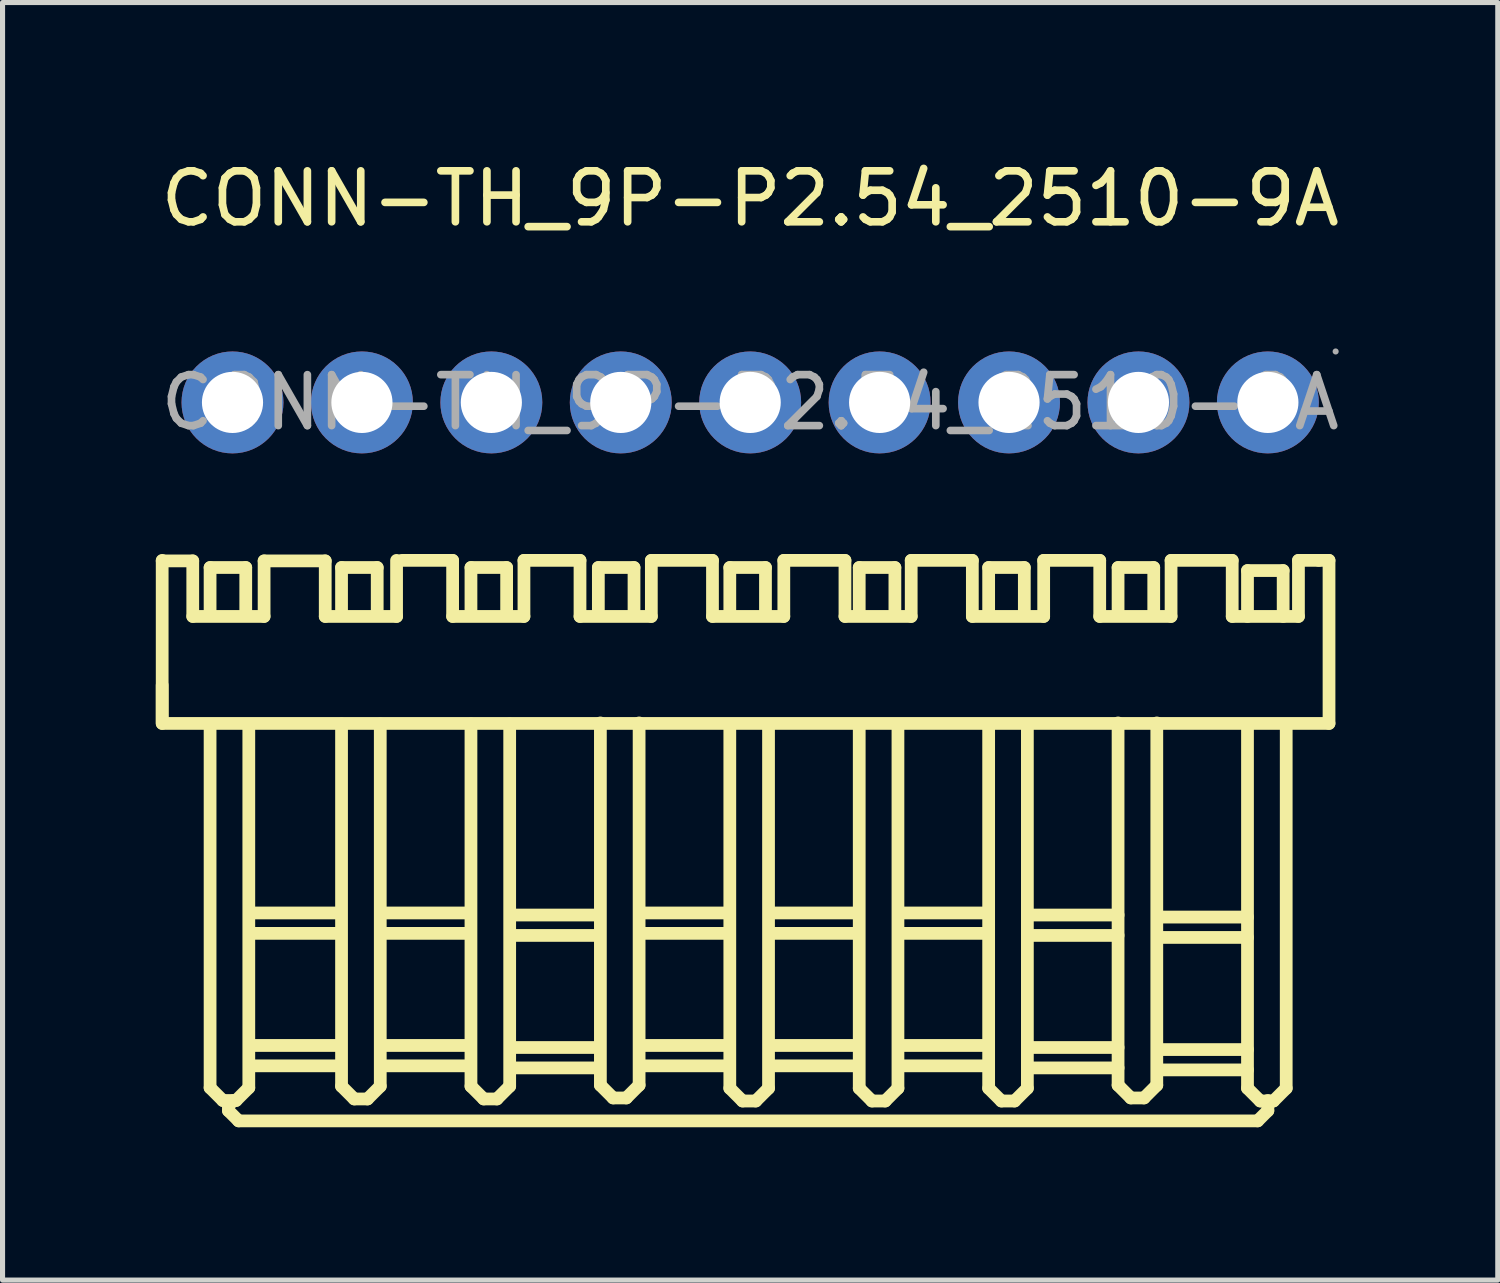
<source format=kicad_pcb>
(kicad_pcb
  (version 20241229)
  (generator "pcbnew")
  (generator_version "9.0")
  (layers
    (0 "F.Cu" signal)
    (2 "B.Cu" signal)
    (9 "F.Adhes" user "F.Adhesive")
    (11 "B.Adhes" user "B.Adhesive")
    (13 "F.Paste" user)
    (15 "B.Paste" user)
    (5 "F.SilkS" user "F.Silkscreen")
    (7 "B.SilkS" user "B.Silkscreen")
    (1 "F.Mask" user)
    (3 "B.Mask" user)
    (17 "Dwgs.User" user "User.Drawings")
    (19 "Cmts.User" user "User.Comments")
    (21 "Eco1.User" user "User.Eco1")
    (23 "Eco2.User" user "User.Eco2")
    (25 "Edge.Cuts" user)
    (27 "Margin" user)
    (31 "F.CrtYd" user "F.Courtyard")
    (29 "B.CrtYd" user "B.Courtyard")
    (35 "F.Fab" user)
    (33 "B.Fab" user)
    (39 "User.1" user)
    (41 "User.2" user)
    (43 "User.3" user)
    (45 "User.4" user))
  (footprint "CONN-TH_9P-P2.54_2510-9A"
    (layer "F.Cu")
    (at 11.673 4.848)
    (property "Reference" "CONN-TH_9P-P2.54_2510-9A" (at 0 -4 0) (layer "F.SilkS") (effects (font (size 1 1) (thickness 0.15))))
    (attr through_hole)
    (fp_line (start -11.54 3.11) (end -10.94 3.11) (stroke (width 0.25) (type solid)) (layer "F.SilkS"))
    (fp_line (start -11.54 6.3) (end -11.54 3.1) (stroke (width 0.25) (type solid)) (layer "F.SilkS"))
    (fp_line (start -11.54 6.3) (end -11.54 5.55) (stroke (width 0.25) (type solid)) (layer "F.SilkS"))
    (fp_line (start -10.94 3.11) (end -10.94 4.2) (stroke (width 0.25) (type solid)) (layer "F.SilkS"))
    (fp_line (start -10.94 4.2) (end -9.54 4.2) (stroke (width 0.25) (type solid)) (layer "F.SilkS"))
    (fp_line (start -10.6 3.24) (end -10.6 4.14) (stroke (width 0.25) (type solid)) (layer "F.SilkS"))
    (fp_line (start -10.6 6.34) (end -10.6 13.45) (stroke (width 0.25) (type solid)) (layer "F.SilkS"))
    (fp_line (start -10.35 13.7) (end -10.6 13.45) (stroke (width 0.25) (type solid)) (layer "F.SilkS"))
    (fp_line (start -10.24 13.8) (end -10.14 13.7) (stroke (width 0.25) (type solid)) (layer "F.SilkS"))
    (fp_line (start -10.24 13.9) (end -10.24 13.8) (stroke (width 0.25) (type solid)) (layer "F.SilkS"))
    (fp_line (start -10.09 13.7) (end -10.35 13.7) (stroke (width 0.25) (type solid)) (layer "F.SilkS"))
    (fp_line (start -10.04 14.1) (end -10.24 13.9) (stroke (width 0.25) (type solid)) (layer "F.SilkS"))
    (fp_line (start -9.9 3.24) (end -10.6 3.24) (stroke (width 0.25) (type solid)) (layer "F.SilkS"))
    (fp_line (start -9.9 4.14) (end -9.9 3.24) (stroke (width 0.25) (type solid)) (layer "F.SilkS"))
    (fp_line (start -9.84 13.45) (end -10.09 13.7) (stroke (width 0.25) (type solid)) (layer "F.SilkS"))
    (fp_line (start -9.84 13.45) (end -9.84 6.34) (stroke (width 0.25) (type solid)) (layer "F.SilkS"))
    (fp_line (start -9.54 3.11) (end -8.34 3.11) (stroke (width 0.25) (type solid)) (layer "F.SilkS"))
    (fp_line (start -9.54 4.2) (end -9.54 3.11) (stroke (width 0.25) (type solid)) (layer "F.SilkS"))
    (fp_line (start -8.34 3.11) (end -8.34 4.2) (stroke (width 0.25) (type solid)) (layer "F.SilkS"))
    (fp_line (start -8.34 4.2) (end -6.94 4.2) (stroke (width 0.25) (type solid)) (layer "F.SilkS"))
    (fp_line (start -8.06 10.02) (end -9.76 10.02) (stroke (width 0.25) (type solid)) (layer "F.SilkS"))
    (fp_line (start -8.06 10.42) (end -9.76 10.42) (stroke (width 0.25) (type solid)) (layer "F.SilkS"))
    (fp_line (start -8.06 12.62) (end -9.76 12.62) (stroke (width 0.25) (type solid)) (layer "F.SilkS"))
    (fp_line (start -8.06 13.02) (end -9.76 13.02) (stroke (width 0.25) (type solid)) (layer "F.SilkS"))
    (fp_line (start -8.02 3.24) (end -8.02 4.14) (stroke (width 0.25) (type solid)) (layer "F.SilkS"))
    (fp_line (start -8.02 6.31) (end -8.02 13.42) (stroke (width 0.25) (type solid)) (layer "F.SilkS"))
    (fp_line (start -7.77 13.67) (end -8.02 13.42) (stroke (width 0.25) (type solid)) (layer "F.SilkS"))
    (fp_line (start -7.51 13.67) (end -7.77 13.67) (stroke (width 0.25) (type solid)) (layer "F.SilkS"))
    (fp_line (start -7.32 3.24) (end -8.02 3.24) (stroke (width 0.25) (type solid)) (layer "F.SilkS"))
    (fp_line (start -7.32 4.14) (end -7.32 3.24) (stroke (width 0.25) (type solid)) (layer "F.SilkS"))
    (fp_line (start -7.26 13.42) (end -7.51 13.67) (stroke (width 0.25) (type solid)) (layer "F.SilkS"))
    (fp_line (start -7.26 13.42) (end -7.26 6.31) (stroke (width 0.25) (type solid)) (layer "F.SilkS"))
    (fp_line (start -6.94 4.2) (end -6.94 3.1) (stroke (width 0.25) (type solid)) (layer "F.SilkS"))
    (fp_line (start -6.84 3.1) (end -5.84 3.1) (stroke (width 0.25) (type solid)) (layer "F.SilkS"))
    (fp_line (start -5.84 3.1) (end -5.84 4.2) (stroke (width 0.25) (type solid)) (layer "F.SilkS"))
    (fp_line (start -5.84 4.2) (end -4.44 4.2) (stroke (width 0.25) (type solid)) (layer "F.SilkS"))
    (fp_line (start -5.52 10.02) (end -7.22 10.02) (stroke (width 0.25) (type solid)) (layer "F.SilkS"))
    (fp_line (start -5.52 10.42) (end -7.22 10.42) (stroke (width 0.25) (type solid)) (layer "F.SilkS"))
    (fp_line (start -5.52 12.62) (end -7.22 12.62) (stroke (width 0.25) (type solid)) (layer "F.SilkS"))
    (fp_line (start -5.52 13.02) (end -7.22 13.02) (stroke (width 0.25) (type solid)) (layer "F.SilkS"))
    (fp_line (start -5.48 3.24) (end -5.48 4.14) (stroke (width 0.25) (type solid)) (layer "F.SilkS"))
    (fp_line (start -5.48 6.31) (end -5.48 13.42) (stroke (width 0.25) (type solid)) (layer "F.SilkS"))
    (fp_line (start -5.23 13.67) (end -5.48 13.42) (stroke (width 0.25) (type solid)) (layer "F.SilkS"))
    (fp_line (start -4.97 13.67) (end -5.23 13.67) (stroke (width 0.25) (type solid)) (layer "F.SilkS"))
    (fp_line (start -4.78 3.24) (end -5.48 3.24) (stroke (width 0.25) (type solid)) (layer "F.SilkS"))
    (fp_line (start -4.78 4.14) (end -4.78 3.24) (stroke (width 0.25) (type solid)) (layer "F.SilkS"))
    (fp_line (start -4.72 13.42) (end -4.97 13.67) (stroke (width 0.25) (type solid)) (layer "F.SilkS"))
    (fp_line (start -4.72 13.42) (end -4.72 6.31) (stroke (width 0.25) (type solid)) (layer "F.SilkS"))
    (fp_line (start -4.44 3.1) (end -3.34 3.1) (stroke (width 0.25) (type solid)) (layer "F.SilkS"))
    (fp_line (start -4.44 4.2) (end -4.44 3.1) (stroke (width 0.25) (type solid)) (layer "F.SilkS"))
    (fp_line (start -3.34 3.1) (end -3.34 4.2) (stroke (width 0.25) (type solid)) (layer "F.SilkS"))
    (fp_line (start -3.34 4.2) (end -1.94 4.2) (stroke (width 0.25) (type solid)) (layer "F.SilkS"))
    (fp_line (start -2.98 3.24) (end -2.98 4.14) (stroke (width 0.25) (type solid)) (layer "F.SilkS"))
    (fp_line (start -2.98 10.06) (end -4.68 10.06) (stroke (width 0.25) (type solid)) (layer "F.SilkS"))
    (fp_line (start -2.98 10.46) (end -4.68 10.46) (stroke (width 0.25) (type solid)) (layer "F.SilkS"))
    (fp_line (start -2.98 12.66) (end -4.68 12.66) (stroke (width 0.25) (type solid)) (layer "F.SilkS"))
    (fp_line (start -2.98 13.06) (end -4.68 13.06) (stroke (width 0.25) (type solid)) (layer "F.SilkS"))
    (fp_line (start -2.94 6.29) (end -2.94 13.4) (stroke (width 0.25) (type solid)) (layer "F.SilkS"))
    (fp_line (start -2.69 13.65) (end -2.94 13.4) (stroke (width 0.25) (type solid)) (layer "F.SilkS"))
    (fp_line (start -2.43 13.65) (end -2.69 13.65) (stroke (width 0.25) (type solid)) (layer "F.SilkS"))
    (fp_line (start -2.28 3.24) (end -2.98 3.24) (stroke (width 0.25) (type solid)) (layer "F.SilkS"))
    (fp_line (start -2.28 4.14) (end -2.28 3.24) (stroke (width 0.25) (type solid)) (layer "F.SilkS"))
    (fp_line (start -2.18 13.4) (end -2.43 13.65) (stroke (width 0.25) (type solid)) (layer "F.SilkS"))
    (fp_line (start -2.18 13.4) (end -2.18 6.29) (stroke (width 0.25) (type solid)) (layer "F.SilkS"))
    (fp_line (start -1.94 3.1) (end -0.74 3.1) (stroke (width 0.25) (type solid)) (layer "F.SilkS"))
    (fp_line (start -1.94 4.2) (end -1.94 3.1) (stroke (width 0.25) (type solid)) (layer "F.SilkS"))
    (fp_line (start -0.74 3.1) (end -0.74 4.2) (stroke (width 0.25) (type solid)) (layer "F.SilkS"))
    (fp_line (start -0.74 4.2) (end 0.66 4.2) (stroke (width 0.25) (type solid)) (layer "F.SilkS"))
    (fp_line (start -0.44 10.02) (end -2.14 10.02) (stroke (width 0.25) (type solid)) (layer "F.SilkS"))
    (fp_line (start -0.44 10.42) (end -2.14 10.42) (stroke (width 0.25) (type solid)) (layer "F.SilkS"))
    (fp_line (start -0.44 12.62) (end -2.14 12.62) (stroke (width 0.25) (type solid)) (layer "F.SilkS"))
    (fp_line (start -0.44 13.02) (end -2.14 13.02) (stroke (width 0.25) (type solid)) (layer "F.SilkS"))
    (fp_line (start -0.4 3.24) (end -0.4 4.14) (stroke (width 0.25) (type solid)) (layer "F.SilkS"))
    (fp_line (start -0.4 6.35) (end -0.4 13.46) (stroke (width 0.25) (type solid)) (layer "F.SilkS"))
    (fp_line (start -0.15 13.71) (end -0.4 13.46) (stroke (width 0.25) (type solid)) (layer "F.SilkS"))
    (fp_line (start 0.11 13.71) (end -0.15 13.71) (stroke (width 0.25) (type solid)) (layer "F.SilkS"))
    (fp_line (start 0.3 3.24) (end -0.4 3.24) (stroke (width 0.25) (type solid)) (layer "F.SilkS"))
    (fp_line (start 0.3 4.14) (end 0.3 3.24) (stroke (width 0.25) (type solid)) (layer "F.SilkS"))
    (fp_line (start 0.36 13.46) (end 0.11 13.71) (stroke (width 0.25) (type solid)) (layer "F.SilkS"))
    (fp_line (start 0.36 13.46) (end 0.36 6.35) (stroke (width 0.25) (type solid)) (layer "F.SilkS"))
    (fp_line (start 0.66 3.1) (end 1.86 3.1) (stroke (width 0.25) (type solid)) (layer "F.SilkS"))
    (fp_line (start 0.66 4.2) (end 0.66 3.1) (stroke (width 0.25) (type solid)) (layer "F.SilkS"))
    (fp_line (start 1.86 3.1) (end 1.86 4.2) (stroke (width 0.25) (type solid)) (layer "F.SilkS"))
    (fp_line (start 1.86 4.2) (end 3.16 4.2) (stroke (width 0.25) (type solid)) (layer "F.SilkS"))
    (fp_line (start 2.1 10.02) (end 0.4 10.02) (stroke (width 0.25) (type solid)) (layer "F.SilkS"))
    (fp_line (start 2.1 10.42) (end 0.4 10.42) (stroke (width 0.25) (type solid)) (layer "F.SilkS"))
    (fp_line (start 2.1 12.62) (end 0.4 12.62) (stroke (width 0.25) (type solid)) (layer "F.SilkS"))
    (fp_line (start 2.1 13.02) (end 0.4 13.02) (stroke (width 0.25) (type solid)) (layer "F.SilkS"))
    (fp_line (start 2.14 3.24) (end 2.14 4.14) (stroke (width 0.25) (type solid)) (layer "F.SilkS"))
    (fp_line (start 2.14 6.35) (end 2.14 13.46) (stroke (width 0.25) (type solid)) (layer "F.SilkS"))
    (fp_line (start 2.39 13.71) (end 2.14 13.46) (stroke (width 0.25) (type solid)) (layer "F.SilkS"))
    (fp_line (start 2.65 13.71) (end 2.39 13.71) (stroke (width 0.25) (type solid)) (layer "F.SilkS"))
    (fp_line (start 2.84 3.24) (end 2.14 3.24) (stroke (width 0.25) (type solid)) (layer "F.SilkS"))
    (fp_line (start 2.84 4.14) (end 2.84 3.24) (stroke (width 0.25) (type solid)) (layer "F.SilkS"))
    (fp_line (start 2.9 13.46) (end 2.65 13.71) (stroke (width 0.25) (type solid)) (layer "F.SilkS"))
    (fp_line (start 2.9 13.46) (end 2.9 6.35) (stroke (width 0.25) (type solid)) (layer "F.SilkS"))
    (fp_line (start 3.16 3.1) (end 4.36 3.1) (stroke (width 0.25) (type solid)) (layer "F.SilkS"))
    (fp_line (start 3.16 4.2) (end 3.16 3.1) (stroke (width 0.25) (type solid)) (layer "F.SilkS"))
    (fp_line (start 4.36 3.1) (end 4.36 4.2) (stroke (width 0.25) (type solid)) (layer "F.SilkS"))
    (fp_line (start 4.36 4.2) (end 5.76 4.2) (stroke (width 0.25) (type solid)) (layer "F.SilkS"))
    (fp_line (start 4.64 10.02) (end 2.94 10.02) (stroke (width 0.25) (type solid)) (layer "F.SilkS"))
    (fp_line (start 4.64 10.42) (end 2.94 10.42) (stroke (width 0.25) (type solid)) (layer "F.SilkS"))
    (fp_line (start 4.64 12.62) (end 2.94 12.62) (stroke (width 0.25) (type solid)) (layer "F.SilkS"))
    (fp_line (start 4.64 13.02) (end 2.94 13.02) (stroke (width 0.25) (type solid)) (layer "F.SilkS"))
    (fp_line (start 4.68 3.24) (end 4.68 4.14) (stroke (width 0.25) (type solid)) (layer "F.SilkS"))
    (fp_line (start 4.68 6.35) (end 4.68 13.46) (stroke (width 0.25) (type solid)) (layer "F.SilkS"))
    (fp_line (start 4.93 13.71) (end 4.68 13.46) (stroke (width 0.25) (type solid)) (layer "F.SilkS"))
    (fp_line (start 5.19 13.71) (end 4.93 13.71) (stroke (width 0.25) (type solid)) (layer "F.SilkS"))
    (fp_line (start 5.38 3.24) (end 4.68 3.24) (stroke (width 0.25) (type solid)) (layer "F.SilkS"))
    (fp_line (start 5.38 4.14) (end 5.38 3.24) (stroke (width 0.25) (type solid)) (layer "F.SilkS"))
    (fp_line (start 5.44 13.46) (end 5.19 13.71) (stroke (width 0.25) (type solid)) (layer "F.SilkS"))
    (fp_line (start 5.44 13.46) (end 5.44 6.35) (stroke (width 0.25) (type solid)) (layer "F.SilkS"))
    (fp_line (start 5.76 3.1) (end 6.86 3.1) (stroke (width 0.25) (type solid)) (layer "F.SilkS"))
    (fp_line (start 5.76 4.2) (end 5.76 3.1) (stroke (width 0.25) (type solid)) (layer "F.SilkS"))
    (fp_line (start 6.86 3.1) (end 6.86 4.2) (stroke (width 0.25) (type solid)) (layer "F.SilkS"))
    (fp_line (start 6.86 4.2) (end 8.26 4.2) (stroke (width 0.25) (type solid)) (layer "F.SilkS"))
    (fp_line (start 7.22 3.24) (end 7.22 4.14) (stroke (width 0.25) (type solid)) (layer "F.SilkS"))
    (fp_line (start 7.22 6.29) (end 7.22 13.4) (stroke (width 0.25) (type solid)) (layer "F.SilkS"))
    (fp_line (start 7.22 10.06) (end 5.52 10.06) (stroke (width 0.25) (type solid)) (layer "F.SilkS"))
    (fp_line (start 7.22 10.46) (end 5.52 10.46) (stroke (width 0.25) (type solid)) (layer "F.SilkS"))
    (fp_line (start 7.22 12.66) (end 5.52 12.66) (stroke (width 0.25) (type solid)) (layer "F.SilkS"))
    (fp_line (start 7.22 13.06) (end 5.52 13.06) (stroke (width 0.25) (type solid)) (layer "F.SilkS"))
    (fp_line (start 7.47 13.65) (end 7.22 13.4) (stroke (width 0.25) (type solid)) (layer "F.SilkS"))
    (fp_line (start 7.73 13.65) (end 7.47 13.65) (stroke (width 0.25) (type solid)) (layer "F.SilkS"))
    (fp_line (start 7.92 3.24) (end 7.22 3.24) (stroke (width 0.25) (type solid)) (layer "F.SilkS"))
    (fp_line (start 7.92 4.14) (end 7.92 3.24) (stroke (width 0.25) (type solid)) (layer "F.SilkS"))
    (fp_line (start 7.98 13.4) (end 7.73 13.65) (stroke (width 0.25) (type solid)) (layer "F.SilkS"))
    (fp_line (start 7.98 13.4) (end 7.98 6.29) (stroke (width 0.25) (type solid)) (layer "F.SilkS"))
    (fp_line (start 8.26 3.1) (end 9.46 3.1) (stroke (width 0.25) (type solid)) (layer "F.SilkS"))
    (fp_line (start 8.26 4.2) (end 8.26 3.1) (stroke (width 0.25) (type solid)) (layer "F.SilkS"))
    (fp_line (start 9.46 3.1) (end 9.46 4.2) (stroke (width 0.25) (type solid)) (layer "F.SilkS"))
    (fp_line (start 9.46 4.2) (end 10.76 4.2) (stroke (width 0.25) (type solid)) (layer "F.SilkS"))
    (fp_line (start 9.76 3.3) (end 9.76 4.2) (stroke (width 0.25) (type solid)) (layer "F.SilkS"))
    (fp_line (start 9.76 6.35) (end 9.76 13.46) (stroke (width 0.25) (type solid)) (layer "F.SilkS"))
    (fp_line (start 9.76 10.1) (end 8.06 10.1) (stroke (width 0.25) (type solid)) (layer "F.SilkS"))
    (fp_line (start 9.76 10.5) (end 8.06 10.5) (stroke (width 0.25) (type solid)) (layer "F.SilkS"))
    (fp_line (start 9.76 12.7) (end 8.06 12.7) (stroke (width 0.25) (type solid)) (layer "F.SilkS"))
    (fp_line (start 9.76 13.1) (end 8.06 13.1) (stroke (width 0.25) (type solid)) (layer "F.SilkS"))
    (fp_line (start 9.96 14.1) (end -10.04 14.1) (stroke (width 0.25) (type solid)) (layer "F.SilkS"))
    (fp_line (start 10.01 13.71) (end 9.76 13.46) (stroke (width 0.25) (type solid)) (layer "F.SilkS"))
    (fp_line (start 10.16 13.7) (end 10.16 13.9) (stroke (width 0.25) (type solid)) (layer "F.SilkS"))
    (fp_line (start 10.16 13.9) (end 9.96 14.1) (stroke (width 0.25) (type solid)) (layer "F.SilkS"))
    (fp_line (start 10.27 13.71) (end 10.01 13.71) (stroke (width 0.25) (type solid)) (layer "F.SilkS"))
    (fp_line (start 10.46 3.3) (end 9.76 3.3) (stroke (width 0.25) (type solid)) (layer "F.SilkS"))
    (fp_line (start 10.46 4.2) (end 10.46 3.3) (stroke (width 0.25) (type solid)) (layer "F.SilkS"))
    (fp_line (start 10.52 13.46) (end 10.27 13.71) (stroke (width 0.25) (type solid)) (layer "F.SilkS"))
    (fp_line (start 10.52 13.46) (end 10.52 6.35) (stroke (width 0.25) (type solid)) (layer "F.SilkS"))
    (fp_line (start 10.76 3.1) (end 11.16 3.1) (stroke (width 0.25) (type solid)) (layer "F.SilkS"))
    (fp_line (start 10.76 4.2) (end 10.76 3.1) (stroke (width 0.25) (type solid)) (layer "F.SilkS"))
    (fp_line (start 11.36 3.1) (end 11.16 3.1) (stroke (width 0.25) (type solid)) (layer "F.SilkS"))
    (fp_line (start 11.36 6.3) (end -11.47 6.3) (stroke (width 0.25) (type solid)) (layer "F.SilkS"))
    (fp_line (start 11.36 6.3) (end 11.36 3.1) (stroke (width 0.25) (type solid)) (layer "F.SilkS"))
    (fp_circle (center -10.16 0) (end -9.91 0) (stroke (width 0.5) (type solid)) (fill no) (layer "F.Fab"))
    (fp_circle (center -7.62 0) (end -7.37 0) (stroke (width 0.5) (type solid)) (fill no) (layer "F.Fab"))
    (fp_circle (center -5.08 0) (end -4.83 0) (stroke (width 0.5) (type solid)) (fill no) (layer "F.Fab"))
    (fp_circle (center -2.54 0) (end -2.29 0) (stroke (width 0.5) (type solid)) (fill no) (layer "F.Fab"))
    (fp_circle (center 0 0) (end 0.25 0) (stroke (width 0.5) (type solid)) (fill no) (layer "F.Fab"))
    (fp_circle (center 2.54 0) (end 2.79 0) (stroke (width 0.5) (type solid)) (fill no) (layer "F.Fab"))
    (fp_circle (center 5.08 0) (end 5.33 0) (stroke (width 0.5) (type solid)) (fill no) (layer "F.Fab"))
    (fp_circle (center 7.62 0) (end 7.87 0) (stroke (width 0.5) (type solid)) (fill no) (layer "F.Fab"))
    (fp_circle (center 10.16 0) (end 10.41 0) (stroke (width 0.5) (type solid)) (fill no) (layer "F.Fab"))
    (fp_circle (center 11.49 -1) (end 11.52 -1) (stroke (width 0.06) (type solid)) (fill no) (layer "F.Fab"))
    (fp_text user "${REFERENCE}" (at 0 0 0) (layer "F.Fab") (effects (font (size 1 1) (thickness 0.15))))
    (pad "1" thru_hole circle (at 10.16 0 180) (size 2 2) (drill 1.2) (layers "*.Cu" "*.Paste" "*.Mask"))
    (pad "2" thru_hole circle (at 7.62 0 180) (size 2 2) (drill 1.2) (layers "*.Cu" "*.Paste" "*.Mask"))
    (pad "3" thru_hole circle (at 5.08 0 180) (size 2 2) (drill 1.2) (layers "*.Cu" "*.Paste" "*.Mask"))
    (pad "4" thru_hole circle (at 2.54 0 180) (size 2 2) (drill 1.2) (layers "*.Cu" "*.Paste" "*.Mask"))
    (pad "5" thru_hole circle (at 0 0 180) (size 2 2) (drill 1.2) (layers "*.Cu" "*.Paste" "*.Mask"))
    (pad "6" thru_hole circle (at -2.54 0 180) (size 2 2) (drill 1.2) (layers "*.Cu" "*.Paste" "*.Mask"))
    (pad "7" thru_hole circle (at -5.08 0 180) (size 2 2) (drill 1.2) (layers "*.Cu" "*.Paste" "*.Mask"))
    (pad "8" thru_hole circle (at -7.62 0 180) (size 2 2) (drill 1.2) (layers "*.Cu" "*.Paste" "*.Mask"))
    (pad "9" thru_hole circle (at -10.16 0 180) (size 2 2) (drill 1.2) (layers "*.Cu" "*.Paste" "*.Mask")))
  (gr_rect
    (start -3 -3)
    (end 26.345 22.073)
    (stroke (width 0.1) (type default))
    (fill no)
    (layer "Edge.Cuts")))
</source>
